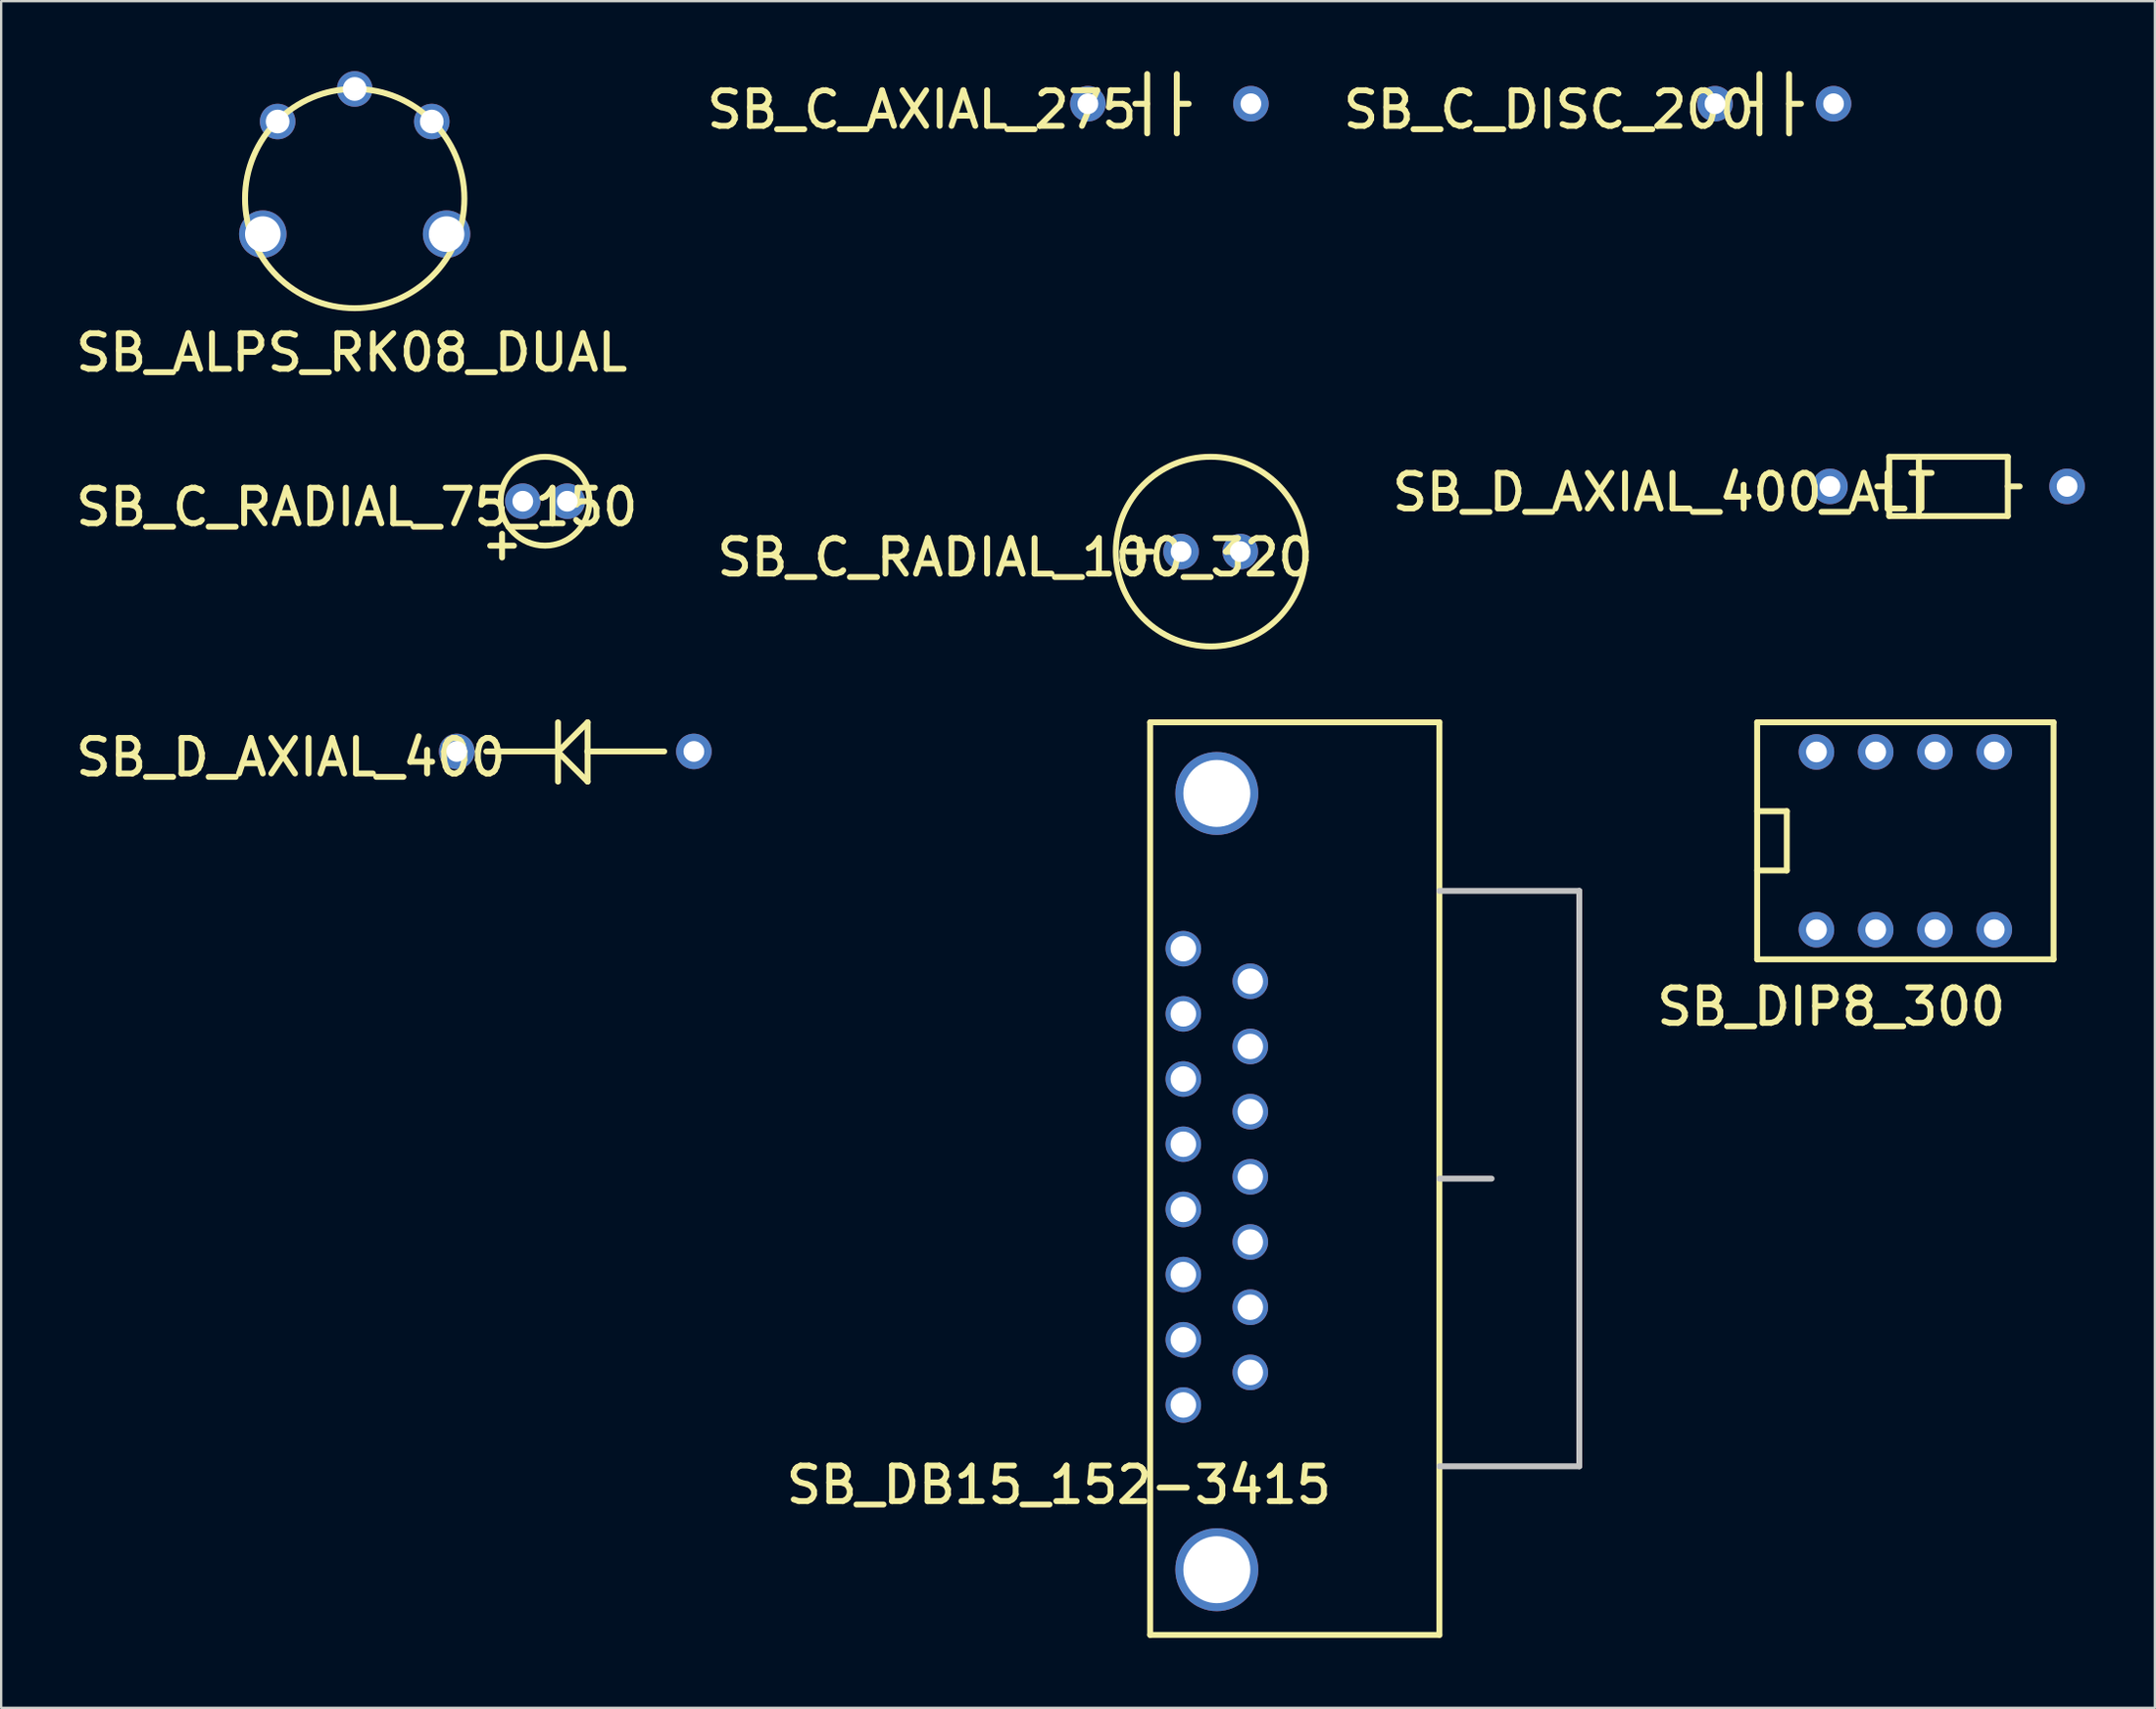
<source format=kicad_pcb>
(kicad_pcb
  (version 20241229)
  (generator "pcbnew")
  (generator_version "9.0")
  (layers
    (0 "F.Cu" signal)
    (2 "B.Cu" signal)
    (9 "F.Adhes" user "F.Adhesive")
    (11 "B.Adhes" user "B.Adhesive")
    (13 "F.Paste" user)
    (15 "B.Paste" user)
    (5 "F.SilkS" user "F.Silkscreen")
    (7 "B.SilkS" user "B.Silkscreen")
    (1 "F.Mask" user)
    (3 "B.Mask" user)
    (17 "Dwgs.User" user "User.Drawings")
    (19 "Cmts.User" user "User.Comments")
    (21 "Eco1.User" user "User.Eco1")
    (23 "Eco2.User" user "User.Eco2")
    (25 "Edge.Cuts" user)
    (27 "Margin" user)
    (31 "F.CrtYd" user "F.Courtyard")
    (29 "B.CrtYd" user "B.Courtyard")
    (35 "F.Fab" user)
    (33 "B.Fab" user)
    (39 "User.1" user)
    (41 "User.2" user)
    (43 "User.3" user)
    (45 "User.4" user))
  (footprint "SB_DIP8_300"
    (layer "F.Cu")
    (at 74.78 36.801)
    (property "Reference" "SB_DIP8_300" (at 0.635 3.302 0) (layer "F.SilkS") (effects (font (size 1.524 1.524) (thickness 0.254))))
    (attr through_hole)
    (fp_line (start -2.54 -8.89) (end -2.54 1.27) (stroke (width 0.254) (type solid)) (layer "F.SilkS"))
    (fp_line (start -2.54 -2.54) (end -1.27 -2.54) (stroke (width 0.254) (type solid)) (layer "F.SilkS"))
    (fp_line (start -2.54 1.27) (end 10.16 1.27) (stroke (width 0.254) (type solid)) (layer "F.SilkS"))
    (fp_line (start -1.27 -5.08) (end -2.54 -5.08) (stroke (width 0.254) (type solid)) (layer "F.SilkS"))
    (fp_line (start -1.27 -2.54) (end -1.27 -5.08) (stroke (width 0.254) (type solid)) (layer "F.SilkS"))
    (fp_line (start 10.16 -8.89) (end -2.54 -8.89) (stroke (width 0.254) (type solid)) (layer "F.SilkS"))
    (fp_line (start 10.16 1.27) (end 10.16 -8.89) (stroke (width 0.254) (type solid)) (layer "F.SilkS"))
    (pad "1" thru_hole circle (at 0 0) (size 1.524 1.524) (drill 0.889) (layers "*.Cu" "*.Mask"))
    (pad "2" thru_hole circle (at 2.54 0) (size 1.524 1.524) (drill 0.889) (layers "*.Cu" "*.Mask"))
    (pad "3" thru_hole circle (at 5.08 0) (size 1.524 1.524) (drill 0.889) (layers "*.Cu" "*.Mask"))
    (pad "4" thru_hole circle (at 7.62 0) (size 1.524 1.524) (drill 0.889) (layers "*.Cu" "*.Mask"))
    (pad "5" thru_hole circle (at 7.62 -7.62) (size 1.524 1.524) (drill 0.889) (layers "*.Cu" "*.Mask"))
    (pad "6" thru_hole circle (at 5.08 -7.62) (size 1.524 1.524) (drill 0.889) (layers "*.Cu" "*.Mask"))
    (pad "7" thru_hole circle (at 2.54 -7.62) (size 1.524 1.524) (drill 0.889) (layers "*.Cu" "*.Mask"))
    (pad "8" thru_hole circle (at 0 -7.62) (size 1.524 1.524) (drill 0.889) (layers "*.Cu" "*.Mask")))
  (footprint "SB_DB15_152-3415"
    (layer "F.Cu")
    (at 47.653 57.172)
    (property "Reference" "SB_DB15_152-3415" (at -5.334 3.429 0) (layer "F.SilkS") (effects (font (size 1.524 1.524) (thickness 0.254))))
    (attr through_hole)
    (fp_line (start -1.422 -29.261) (end 10.973 -29.261) (stroke (width 0.254) (type solid)) (layer "F.SilkS"))
    (fp_line (start -1.422 9.855) (end -1.422 -29.261) (stroke (width 0.254) (type solid)) (layer "F.SilkS"))
    (fp_line (start -1.422 9.855) (end 10.973 9.855) (stroke (width 0.254) (type solid)) (layer "F.SilkS"))
    (fp_line (start 10.973 9.855) (end 10.973 -29.261) (stroke (width 0.254) (type solid)) (layer "F.SilkS"))
    (fp_line (start 10.973 -22.035) (end 16.967 -22.035) (stroke (width 0.254) (type solid)) (layer "Dwgs.User"))
    (fp_line (start 10.973 -9.703) (end 13.208 -9.703) (stroke (width 0.254) (type solid)) (layer "Dwgs.User"))
    (fp_line (start 10.973 2.629) (end 16.967 2.629) (stroke (width 0.254) (type solid)) (layer "Dwgs.User"))
    (fp_line (start 16.967 -22.035) (end 16.967 2.629) (stroke (width 0.254) (type solid)) (layer "Dwgs.User"))
    (pad "0" thru_hole circle (at 1.435 -26.213 270) (size 3.556 3.556) (drill 2.87) (layers "*.Cu" "*.Mask"))
    (pad "0" thru_hole circle (at 1.435 7.061 270) (size 3.556 3.556) (drill 2.87) (layers "*.Cu" "*.Mask"))
    (pad "1" thru_hole circle (at 0 -19.558 270) (size 1.524 1.524) (drill 1.092) (layers "*.Cu" "*.Mask"))
    (pad "2" thru_hole circle (at 0 -16.764 270) (size 1.524 1.524) (drill 1.092) (layers "*.Cu" "*.Mask"))
    (pad "3" thru_hole circle (at 0 -13.97 270) (size 1.524 1.524) (drill 1.092) (layers "*.Cu" "*.Mask"))
    (pad "4" thru_hole circle (at 0 -11.176 270) (size 1.524 1.524) (drill 1.092) (layers "*.Cu" "*.Mask"))
    (pad "5" thru_hole circle (at 0 -8.382 270) (size 1.524 1.524) (drill 1.092) (layers "*.Cu" "*.Mask"))
    (pad "6" thru_hole circle (at 0 -5.588 270) (size 1.524 1.524) (drill 1.092) (layers "*.Cu" "*.Mask"))
    (pad "7" thru_hole circle (at 0 -2.794 270) (size 1.524 1.524) (drill 1.092) (layers "*.Cu" "*.Mask"))
    (pad "8" thru_hole circle (at 0 0 270) (size 1.524 1.524) (drill 1.092) (layers "*.Cu" "*.Mask"))
    (pad "9" thru_hole circle (at 2.87 -18.161 270) (size 1.524 1.524) (drill 1.092) (layers "*.Cu" "*.Mask"))
    (pad "10" thru_hole circle (at 2.87 -15.367 270) (size 1.524 1.524) (drill 1.092) (layers "*.Cu" "*.Mask"))
    (pad "11" thru_hole circle (at 2.87 -12.573 270) (size 1.524 1.524) (drill 1.092) (layers "*.Cu" "*.Mask"))
    (pad "12" thru_hole circle (at 2.87 -9.779 270) (size 1.524 1.524) (drill 1.092) (layers "*.Cu" "*.Mask"))
    (pad "13" thru_hole circle (at 2.87 -6.985 270) (size 1.524 1.524) (drill 1.092) (layers "*.Cu" "*.Mask"))
    (pad "14" thru_hole circle (at 2.87 -4.191 270) (size 1.524 1.524) (drill 1.092) (layers "*.Cu" "*.Mask"))
    (pad "15" thru_hole circle (at 2.87 -1.397 270) (size 1.524 1.524) (drill 1.092) (layers "*.Cu" "*.Mask")))
  (footprint "SB_C_RADIAL_75_150"
    (layer "F.Cu")
    (at 19.351 18.434)
    (property "Reference" "SB_C_RADIAL_75_150" (at -7.112 0.254 0) (layer "F.SilkS") (effects (font (size 1.524 1.524) (thickness 0.254))))
    (attr through_hole)
    (fp_line (start -1.397 1.905) (end -0.381 1.905) (stroke (width 0.254) (type solid)) (layer "F.SilkS"))
    (fp_line (start -0.889 1.397) (end -0.889 2.413) (stroke (width 0.254) (type solid)) (layer "F.SilkS"))
    (fp_circle (center 0.953 0) (end 2.857 0) (stroke (width 0.254) (type solid)) (fill no) (layer "F.SilkS"))
    (pad "1" thru_hole circle (at 0 0 270) (size 1.524 1.524) (drill 0.889) (layers "*.Cu" "*.Mask"))
    (pad "2" thru_hole circle (at 1.905 0 270) (size 1.524 1.524) (drill 0.889) (layers "*.Cu" "*.Mask")))
  (footprint "SB_C_RADIAL_100_320"
    (layer "F.Cu")
    (at 47.555 20.593)
    (property "Reference" "SB_C_RADIAL_100_320" (at -7.112 0.254 0) (layer "F.SilkS") (effects (font (size 1.524 1.524) (thickness 0.254))))
    (attr through_hole)
    (fp_line (start -2.286 0) (end -1.27 0) (stroke (width 0.254) (type solid)) (layer "F.SilkS"))
    (fp_line (start -1.778 -0.508) (end -1.778 0.508) (stroke (width 0.254) (type solid)) (layer "F.SilkS"))
    (fp_circle (center 1.27 0) (end 5.334 0) (stroke (width 0.254) (type solid)) (fill no) (layer "F.SilkS"))
    (pad "1" thru_hole circle (at 0 0 270) (size 1.524 1.524) (drill 0.889) (layers "*.Cu" "*.Mask"))
    (pad "2" thru_hole circle (at 2.54 0 270) (size 1.524 1.524) (drill 0.889) (layers "*.Cu" "*.Mask")))
  (footprint "SB_C_DISC_200"
    (layer "F.Cu")
    (at 70.433 1.397)
    (property "Reference" "SB_C_DISC_200" (at -7.112 0.254 0) (layer "F.SilkS") (effects (font (size 1.524 1.524) (thickness 0.254))))
    (attr through_hole)
    (fp_line (start 1.905 -1.27) (end 1.905 1.27) (stroke (width 0.254) (type solid)) (layer "F.SilkS"))
    (fp_line (start 1.905 0) (end 1.397 0) (stroke (width 0.254) (type solid)) (layer "F.SilkS"))
    (fp_line (start 3.175 0) (end 3.683 0) (stroke (width 0.254) (type solid)) (layer "F.SilkS"))
    (fp_line (start 3.175 1.27) (end 3.175 -1.27) (stroke (width 0.254) (type solid)) (layer "F.SilkS"))
    (pad "1" thru_hole circle (at 0 0 270) (size 1.524 1.524) (drill 0.889) (layers "*.Cu" "*.Mask"))
    (pad "2" thru_hole circle (at 5.08 0 270) (size 1.524 1.524) (drill 0.889) (layers "*.Cu" "*.Mask")))
  (footprint "SB_D_AXIAL_400"
    (layer "F.Cu")
    (at 16.521 29.159)
    (property "Reference" "SB_D_AXIAL_400" (at -7.112 0.254 0) (layer "F.SilkS") (effects (font (size 1.524 1.524) (thickness 0.254))))
    (attr through_hole)
    (fp_line (start 4.318 0) (end 1.27 0) (stroke (width 0.254) (type solid)) (layer "F.SilkS"))
    (fp_line (start 4.338 0.022) (end 5.608 -1.248) (stroke (width 0.254) (type solid)) (layer "F.SilkS"))
    (fp_line (start 4.338 1.292) (end 4.338 -1.248) (stroke (width 0.254) (type solid)) (layer "F.SilkS"))
    (fp_line (start 5.588 0) (end 8.89 0) (stroke (width 0.254) (type solid)) (layer "F.SilkS"))
    (fp_line (start 5.608 1.292) (end 4.338 0.022) (stroke (width 0.254) (type solid)) (layer "F.SilkS"))
    (fp_line (start 5.608 1.292) (end 5.608 -1.248) (stroke (width 0.254) (type solid)) (layer "F.SilkS"))
    (pad "1" thru_hole circle (at 0 0 270) (size 1.524 1.524) (drill 0.889) (layers "*.Cu" "*.Mask"))
    (pad "2" thru_hole circle (at 10.16 0 270) (size 1.524 1.524) (drill 0.889) (layers "*.Cu" "*.Mask")))
  (footprint "SB_D_AXIAL_400_ALT"
    (layer "F.Cu")
    (at 75.36 17.799)
    (property "Reference" "SB_D_AXIAL_400_ALT" (at -7.112 0.254 0) (layer "F.SilkS") (effects (font (size 1.524 1.524) (thickness 0.254))))
    (attr through_hole)
    (fp_line (start 2.54 -1.27) (end 2.54 1.27) (stroke (width 0.254) (type solid)) (layer "F.SilkS"))
    (fp_line (start 2.54 -1.27) (end 7.62 -1.27) (stroke (width 0.254) (type solid)) (layer "F.SilkS"))
    (fp_line (start 2.54 0) (end 2.032 0) (stroke (width 0.254) (type solid)) (layer "F.SilkS"))
    (fp_line (start 2.54 1.27) (end 7.62 1.27) (stroke (width 0.254) (type solid)) (layer "F.SilkS"))
    (fp_line (start 3.81 -1.27) (end 3.81 1.27) (stroke (width 0.254) (type solid)) (layer "F.SilkS"))
    (fp_line (start 7.62 0) (end 8.128 0) (stroke (width 0.254) (type solid)) (layer "F.SilkS"))
    (fp_line (start 7.62 1.27) (end 7.62 -1.27) (stroke (width 0.254) (type solid)) (layer "F.SilkS"))
    (pad "1" thru_hole circle (at 0 0 270) (size 1.524 1.524) (drill 0.889) (layers "*.Cu" "*.Mask"))
    (pad "2" thru_hole circle (at 10.16 0 270) (size 1.524 1.524) (drill 0.889) (layers "*.Cu" "*.Mask")))
  (footprint "SB_ALPS_RK08_DUAL"
    (layer "F.Cu")
    (at 12.148 5.461)
    (property "Reference" "SB_ALPS_RK08_DUAL" (at -0.127 6.604 0) (layer "F.SilkS") (effects (font (size 1.524 1.524) (thickness 0.254))))
    (attr through_hole)
    (fp_circle (center 0 0) (end 4.699 0) (stroke (width 0.254) (type solid)) (fill no) (layer "F.SilkS"))
    (pad "1A" thru_hole circle (at 0 -4.699 270) (size 1.524 1.524) (drill 1.016) (layers "*.Cu" "*.Mask"))
    (pad "1B" thru_hole circle (at 3.302 -3.302 270) (size 1.524 1.524) (drill 1.016) (layers "*.Cu" "*.Mask"))
    (pad "2A" thru_hole circle (at -3.937 1.524 270) (size 2.032 2.032) (drill 1.524) (layers "*.Cu" "*.Mask"))
    (pad "2B" thru_hole circle (at 3.937 1.524 270) (size 2.032 2.032) (drill 1.524) (layers "*.Cu" "*.Mask"))
    (pad "3" thru_hole circle (at -3.302 -3.302 270) (size 1.524 1.524) (drill 1.016) (layers "*.Cu" "*.Mask")))
  (footprint "SB_C_AXIAL_275"
    (layer "F.Cu")
    (at 43.564 1.397)
    (property "Reference" "SB_C_AXIAL_275" (at -7.112 0.254 0) (layer "F.SilkS") (effects (font (size 1.524 1.524) (thickness 0.254))))
    (attr through_hole)
    (fp_line (start 2.54 -1.27) (end 2.54 1.27) (stroke (width 0.254) (type solid)) (layer "F.SilkS"))
    (fp_line (start 2.54 0) (end 2.032 0) (stroke (width 0.254) (type solid)) (layer "F.SilkS"))
    (fp_line (start 3.81 0) (end 4.318 0) (stroke (width 0.254) (type solid)) (layer "F.SilkS"))
    (fp_line (start 3.81 1.27) (end 3.81 -1.27) (stroke (width 0.254) (type solid)) (layer "F.SilkS"))
    (pad "1" thru_hole circle (at 0 0 270) (size 1.524 1.524) (drill 0.889) (layers "*.Cu" "*.Mask"))
    (pad "2" thru_hole circle (at 6.985 0 270) (size 1.524 1.524) (drill 0.889) (layers "*.Cu" "*.Mask")))
  (gr_rect
    (start -3 -3)
    (end 89.282 70.154)
    (stroke (width 0.1) (type default))
    (fill no)
    (layer "Edge.Cuts")))
</source>
